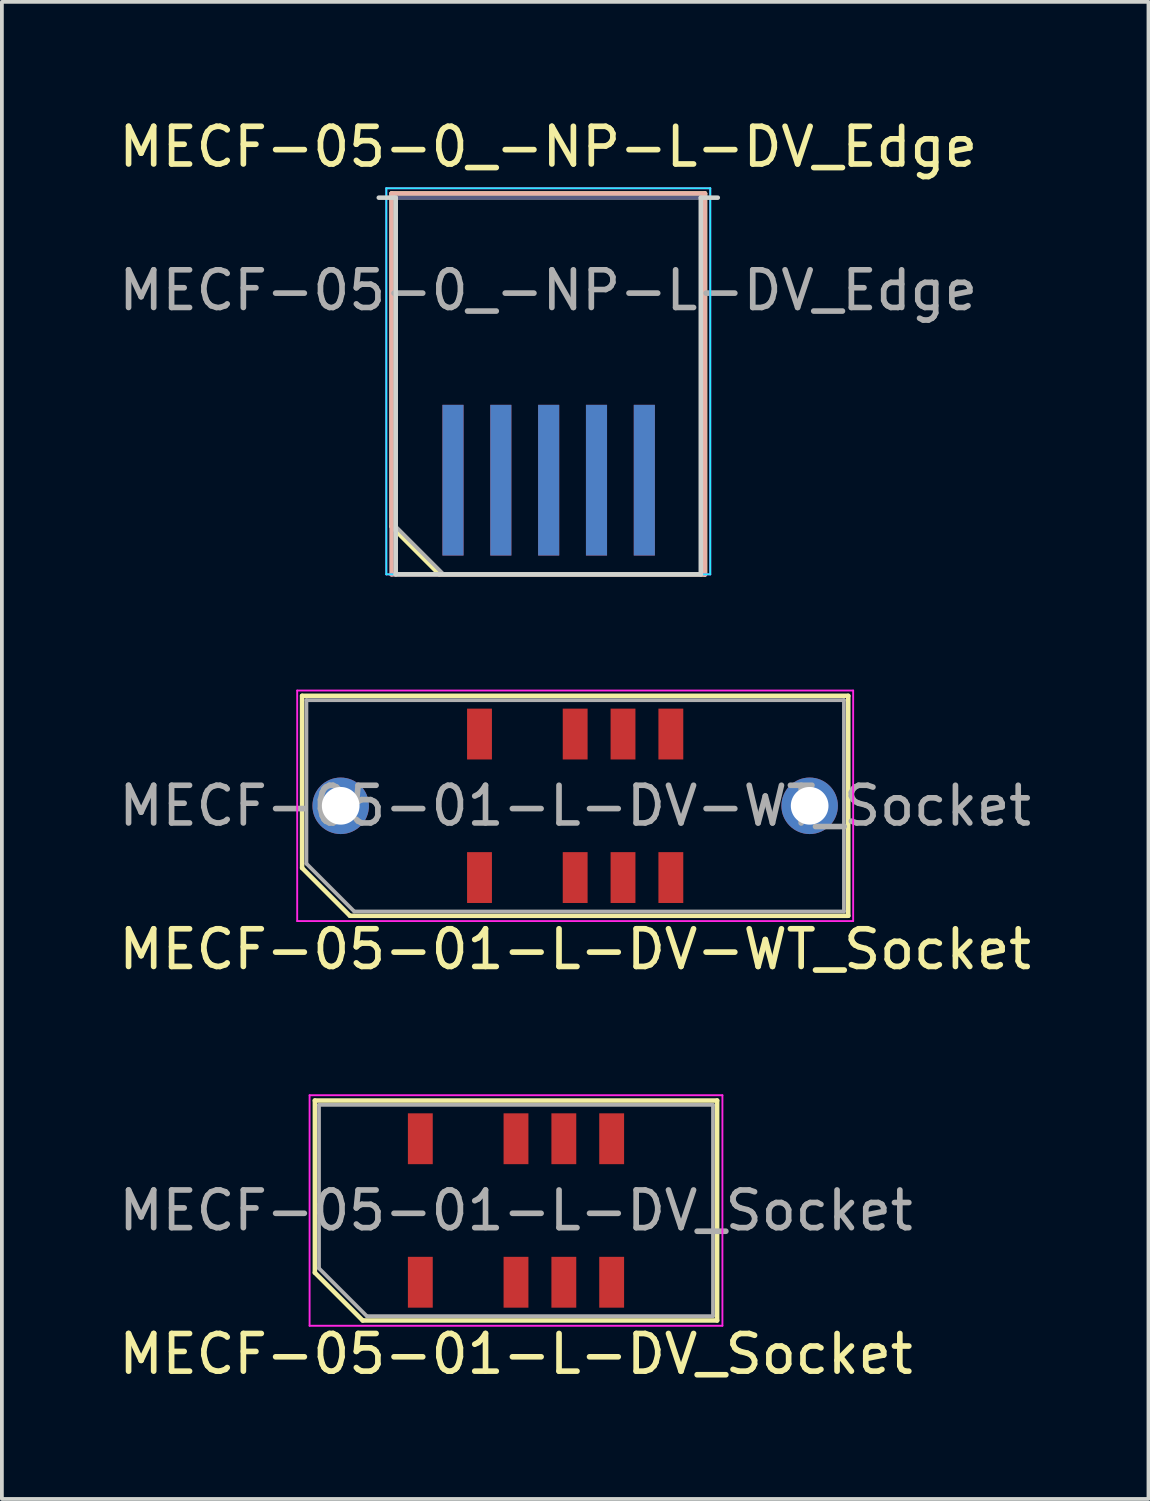
<source format=kicad_pcb>
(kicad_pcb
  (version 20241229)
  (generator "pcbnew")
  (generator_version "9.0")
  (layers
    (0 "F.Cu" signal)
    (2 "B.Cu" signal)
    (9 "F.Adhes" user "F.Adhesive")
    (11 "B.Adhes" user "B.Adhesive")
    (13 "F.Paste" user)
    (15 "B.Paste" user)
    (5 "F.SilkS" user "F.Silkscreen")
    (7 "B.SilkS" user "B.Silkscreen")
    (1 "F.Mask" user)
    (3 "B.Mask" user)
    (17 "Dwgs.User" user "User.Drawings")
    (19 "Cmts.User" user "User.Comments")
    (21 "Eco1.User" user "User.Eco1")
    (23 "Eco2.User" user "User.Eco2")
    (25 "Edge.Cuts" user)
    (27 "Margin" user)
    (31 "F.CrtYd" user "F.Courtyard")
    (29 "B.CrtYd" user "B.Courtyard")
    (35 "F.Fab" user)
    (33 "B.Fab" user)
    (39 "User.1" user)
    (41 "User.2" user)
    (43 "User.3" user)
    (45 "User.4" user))
  (footprint "MECF-05-0_-NP-L-DV_Edge"
    (layer "F.Cu")
    (at 11.506 7.198)
    (property "Reference" "MECF-05-0_-NP-L-DV_Edge" (at 0 -6.35 0) (layer "F.SilkS") (effects (font (size 1 1) (thickness 0.15))))
    (attr exclude_from_pos_files exclude_from_bom)
    (fp_line (start -4.16 -5.11) (end 4.16 -5.11) (stroke (width 0.12) (type solid)) (layer "F.SilkS"))
    (fp_line (start -4.16 3.73) (end -4.16 -5.11) (stroke (width 0.12) (type solid)) (layer "F.SilkS"))
    (fp_line (start -2.89 5) (end -4.16 3.73) (stroke (width 0.12) (type solid)) (layer "F.SilkS"))
    (fp_line (start -2.89 5) (end 4.16 5) (stroke (width 0.12) (type solid)) (layer "F.SilkS"))
    (fp_line (start 4.16 5) (end 4.16 -5.11) (stroke (width 0.12) (type solid)) (layer "F.SilkS"))
    (fp_line (start -4.16 -5.11) (end 4.16 -5.11) (stroke (width 0.12) (type solid)) (layer "B.SilkS"))
    (fp_line (start -4.16 5) (end -4.16 -5.11) (stroke (width 0.12) (type solid)) (layer "B.SilkS"))
    (fp_line (start -4.16 5) (end 4.16 5) (stroke (width 0.12) (type solid)) (layer "B.SilkS"))
    (fp_line (start 4.16 5) (end 4.16 -5.11) (stroke (width 0.12) (type solid)) (layer "B.SilkS"))
    (fp_line (start -4.5 -5) (end -4.05 -5) (stroke (width 0.12) (type solid)) (layer "Edge.Cuts"))
    (fp_line (start -4.05 5) (end -4.05 -5) (stroke (width 0.12) (type solid)) (layer "Edge.Cuts"))
    (fp_line (start -4.05 5) (end 4.05 5) (stroke (width 0.12) (type solid)) (layer "Edge.Cuts"))
    (fp_line (start 4.05 5) (end 4.05 -5) (stroke (width 0.12) (type solid)) (layer "Edge.Cuts"))
    (fp_line (start 4.5 -5) (end 4.05 -5) (stroke (width 0.12) (type solid)) (layer "Edge.Cuts"))
    (fp_line (start -4.3 -5.25) (end -4.3 5) (stroke (width 0.05) (type solid)) (layer "B.CrtYd"))
    (fp_line (start -4.3 5) (end 4.3 5) (stroke (width 0.05) (type solid)) (layer "B.CrtYd"))
    (fp_line (start 4.3 -5.25) (end -4.3 -5.25) (stroke (width 0.05) (type solid)) (layer "B.CrtYd"))
    (fp_line (start 4.3 5) (end 4.3 -5.25) (stroke (width 0.05) (type solid)) (layer "B.CrtYd"))
    (fp_line (start -4.3 -5.25) (end -4.3 5) (stroke (width 0.05) (type solid)) (layer "F.CrtYd"))
    (fp_line (start -4.3 5) (end 4.3 5) (stroke (width 0.05) (type solid)) (layer "F.CrtYd"))
    (fp_line (start 4.3 -5.25) (end -4.3 -5.25) (stroke (width 0.05) (type solid)) (layer "F.CrtYd"))
    (fp_line (start 4.3 5) (end 4.3 -5.25) (stroke (width 0.05) (type solid)) (layer "F.CrtYd"))
    (fp_line (start -4.05 -5) (end 4.05 -5) (stroke (width 0.1) (type solid)) (layer "B.Fab"))
    (fp_line (start -4.05 5) (end -4.05 -5) (stroke (width 0.1) (type solid)) (layer "B.Fab"))
    (fp_line (start -4.05 5) (end 4.05 5) (stroke (width 0.1) (type solid)) (layer "B.Fab"))
    (fp_line (start 4.05 5) (end 4.05 -5) (stroke (width 0.1) (type solid)) (layer "B.Fab"))
    (fp_line (start -4.05 -5) (end 4.05 -5) (stroke (width 0.1) (type solid)) (layer "F.Fab"))
    (fp_line (start -4.05 3.73) (end -4.05 -5) (stroke (width 0.1) (type solid)) (layer "F.Fab"))
    (fp_line (start -4.05 3.73) (end -2.78 5) (stroke (width 0.1) (type solid)) (layer "F.Fab"))
    (fp_line (start -2.78 5) (end 4.05 5) (stroke (width 0.1) (type solid)) (layer "F.Fab"))
    (fp_line (start 4.05 5) (end 4.05 -5) (stroke (width 0.1) (type solid)) (layer "F.Fab"))
    (fp_text user "${REFERENCE}" (at 0 -2.54 0) (layer "F.Fab") (effects (font (size 1 1) (thickness 0.15))))
    (pad "1" smd rect (at -2.53 2.5) (size 0.56 4) (layers "F.Cu" "F.Mask" "F.Paste"))
    (pad "2" smd rect (at -2.53 2.5) (size 0.56 4) (layers "B.Cu" "B.Mask" "B.Paste"))
    (pad "3" smd rect (at -1.26 2.5) (size 0.56 4) (layers "F.Cu" "F.Mask" "F.Paste"))
    (pad "4" smd rect (at -1.26 2.5) (size 0.56 4) (layers "B.Cu" "B.Mask" "B.Paste"))
    (pad "5" smd rect (at 0.01 2.5) (size 0.56 4) (layers "F.Cu" "F.Mask" "F.Paste"))
    (pad "6" smd rect (at 0.01 2.5) (size 0.56 4) (layers "B.Cu" "B.Mask" "B.Paste"))
    (pad "7" smd rect (at 1.28 2.5) (size 0.56 4) (layers "F.Cu" "F.Mask" "F.Paste"))
    (pad "8" smd rect (at 1.28 2.5) (size 0.56 4) (layers "B.Cu" "B.Mask" "B.Paste"))
    (pad "9" smd rect (at 2.55 2.5) (size 0.56 4) (layers "F.Cu" "F.Mask" "F.Paste"))
    (pad "10" smd rect (at 2.55 2.5) (size 0.56 4) (layers "B.Cu" "B.Mask" "B.Paste")))
  (footprint "MECF-05-01-L-DV_Socket"
    (layer "F.Cu")
    (at 10.649 29.087)
    (property "Reference" "MECF-05-01-L-DV_Socket" (at 0 3.81 0) (layer "F.SilkS") (effects (font (size 1 1) (thickness 0.15))))
    (attr smd)
    (fp_line (start -5.34 -2.92) (end 5.34 -2.92) (stroke (width 0.12) (type solid)) (layer "F.SilkS"))
    (fp_line (start -5.34 1.65) (end -5.34 -2.92) (stroke (width 0.12) (type solid)) (layer "F.SilkS"))
    (fp_line (start -4.07 2.92) (end -5.34 1.65) (stroke (width 0.12) (type solid)) (layer "F.SilkS"))
    (fp_line (start -4.07 2.92) (end 5.34 2.92) (stroke (width 0.12) (type solid)) (layer "F.SilkS"))
    (fp_line (start 5.34 2.92) (end 5.34 -2.92) (stroke (width 0.12) (type solid)) (layer "F.SilkS"))
    (fp_line (start -5.48 -3.06) (end -5.48 3.06) (stroke (width 0.05) (type solid)) (layer "F.CrtYd"))
    (fp_line (start -5.48 3.06) (end 5.48 3.06) (stroke (width 0.05) (type solid)) (layer "F.CrtYd"))
    (fp_line (start 5.48 -3.06) (end -5.48 -3.06) (stroke (width 0.05) (type solid)) (layer "F.CrtYd"))
    (fp_line (start 5.48 3.06) (end 5.48 -3.06) (stroke (width 0.05) (type solid)) (layer "F.CrtYd"))
    (fp_line (start -5.23 -2.805) (end 5.23 -2.805) (stroke (width 0.1) (type solid)) (layer "F.Fab"))
    (fp_line (start -5.23 1.535) (end -5.23 -2.805) (stroke (width 0.1) (type solid)) (layer "F.Fab"))
    (fp_line (start -5.23 1.535) (end -3.96 2.805) (stroke (width 0.1) (type solid)) (layer "F.Fab"))
    (fp_line (start -3.96 2.805) (end 5.23 2.805) (stroke (width 0.1) (type solid)) (layer "F.Fab"))
    (fp_line (start 5.23 2.805) (end 5.23 -2.805) (stroke (width 0.1) (type solid)) (layer "F.Fab"))
    (fp_text user "${REFERENCE}" (at 0 0 0) (layer "F.Fab") (effects (font (size 1 1) (thickness 0.15))))
    (pad "" np_thru_hole circle (at -4.32 0) (size 0.001 0.001) (drill 1.45) (layers "*.Cu" "*.Mask"))
    (pad "" np_thru_hole circle (at 4.32 1) (size 0.001 0.001) (drill 1.45) (layers "*.Cu" "*.Mask"))
    (pad "1" smd rect (at -2.54 1.905) (size 0.66 1.35) (layers "F.Cu" "F.Mask" "F.Paste"))
    (pad "2" smd rect (at -2.54 -1.905) (size 0.66 1.35) (layers "F.Cu" "F.Mask" "F.Paste"))
    (pad "5" smd rect (at 0 1.905) (size 0.66 1.35) (layers "F.Cu" "F.Mask" "F.Paste"))
    (pad "6" smd rect (at 0 -1.905) (size 0.66 1.35) (layers "F.Cu" "F.Mask" "F.Paste"))
    (pad "7" smd rect (at 1.27 1.905) (size 0.66 1.35) (layers "F.Cu" "F.Mask" "F.Paste"))
    (pad "8" smd rect (at 1.27 -1.905) (size 0.66 1.35) (layers "F.Cu" "F.Mask" "F.Paste"))
    (pad "9" smd rect (at 2.54 1.905) (size 0.66 1.35) (layers "F.Cu" "F.Mask" "F.Paste"))
    (pad "10" smd rect (at 2.54 -1.905) (size 0.66 1.35) (layers "F.Cu" "F.Mask" "F.Paste")))
  (footprint "MECF-05-01-L-DV-WT_Socket"
    (layer "F.Cu")
    (at 12.22 18.343)
    (property "Reference" "MECF-05-01-L-DV-WT_Socket" (at 0 3.81 0) (layer "F.SilkS") (effects (font (size 1 1) (thickness 0.15))))
    (attr smd)
    (fp_line (start -7.25 -2.92) (end 7.25 -2.92) (stroke (width 0.12) (type solid)) (layer "F.SilkS"))
    (fp_line (start -7.25 1.65) (end -7.25 -2.92) (stroke (width 0.12) (type solid)) (layer "F.SilkS"))
    (fp_line (start -5.98 2.92) (end -7.25 1.65) (stroke (width 0.12) (type solid)) (layer "F.SilkS"))
    (fp_line (start -5.98 2.92) (end 7.25 2.92) (stroke (width 0.12) (type solid)) (layer "F.SilkS"))
    (fp_line (start 7.25 2.92) (end 7.25 -2.92) (stroke (width 0.12) (type solid)) (layer "F.SilkS"))
    (fp_line (start -7.38 -3.06) (end -7.38 3.06) (stroke (width 0.05) (type solid)) (layer "F.CrtYd"))
    (fp_line (start -7.38 3.06) (end 7.38 3.06) (stroke (width 0.05) (type solid)) (layer "F.CrtYd"))
    (fp_line (start 7.38 -3.06) (end -7.38 -3.06) (stroke (width 0.05) (type solid)) (layer "F.CrtYd"))
    (fp_line (start 7.38 3.06) (end 7.38 -3.06) (stroke (width 0.05) (type solid)) (layer "F.CrtYd"))
    (fp_line (start -7.135 -2.805) (end 7.135 -2.805) (stroke (width 0.1) (type solid)) (layer "F.Fab"))
    (fp_line (start -7.135 1.535) (end -7.135 -2.805) (stroke (width 0.1) (type solid)) (layer "F.Fab"))
    (fp_line (start -7.135 1.535) (end -5.865 2.805) (stroke (width 0.1) (type solid)) (layer "F.Fab"))
    (fp_line (start -5.865 2.805) (end 7.135 2.805) (stroke (width 0.1) (type solid)) (layer "F.Fab"))
    (fp_line (start 7.135 2.805) (end 7.135 -2.805) (stroke (width 0.1) (type solid)) (layer "F.Fab"))
    (fp_text user "${REFERENCE}" (at 0 0 0) (layer "F.Fab") (effects (font (size 1 1) (thickness 0.15))))
    (pad "" thru_hole circle (at -6.225 0) (size 1.5 1.5) (drill 1) (layers "*.Cu" "*.Mask"))
    (pad "" np_thru_hole circle (at -4.32 0) (size 0.001 0.001) (drill 1.45) (layers "*.Cu" "*.Mask"))
    (pad "" np_thru_hole circle (at 4.32 1) (size 0.001 0.001) (drill 1.45) (layers "*.Cu" "*.Mask"))
    (pad "" thru_hole circle (at 6.225 0) (size 1.5 1.5) (drill 1) (layers "*.Cu" "*.Mask"))
    (pad "1" smd rect (at -2.54 1.905) (size 0.66 1.35) (layers "F.Cu" "F.Mask" "F.Paste"))
    (pad "2" smd rect (at -2.54 -1.905) (size 0.66 1.35) (layers "F.Cu" "F.Mask" "F.Paste"))
    (pad "5" smd rect (at 0 1.905) (size 0.66 1.35) (layers "F.Cu" "F.Mask" "F.Paste"))
    (pad "6" smd rect (at 0 -1.905) (size 0.66 1.35) (layers "F.Cu" "F.Mask" "F.Paste"))
    (pad "7" smd rect (at 1.27 1.905) (size 0.66 1.35) (layers "F.Cu" "F.Mask" "F.Paste"))
    (pad "8" smd rect (at 1.27 -1.905) (size 0.66 1.35) (layers "F.Cu" "F.Mask" "F.Paste"))
    (pad "9" smd rect (at 2.54 1.905) (size 0.66 1.35) (layers "F.Cu" "F.Mask" "F.Paste"))
    (pad "10" smd rect (at 2.54 -1.905) (size 0.66 1.35) (layers "F.Cu" "F.Mask" "F.Paste")))
  (gr_rect
    (start -3 -3)
    (end 27.44 36.745)
    (stroke (width 0.1) (type default))
    (fill no)
    (layer "Edge.Cuts")))
</source>
